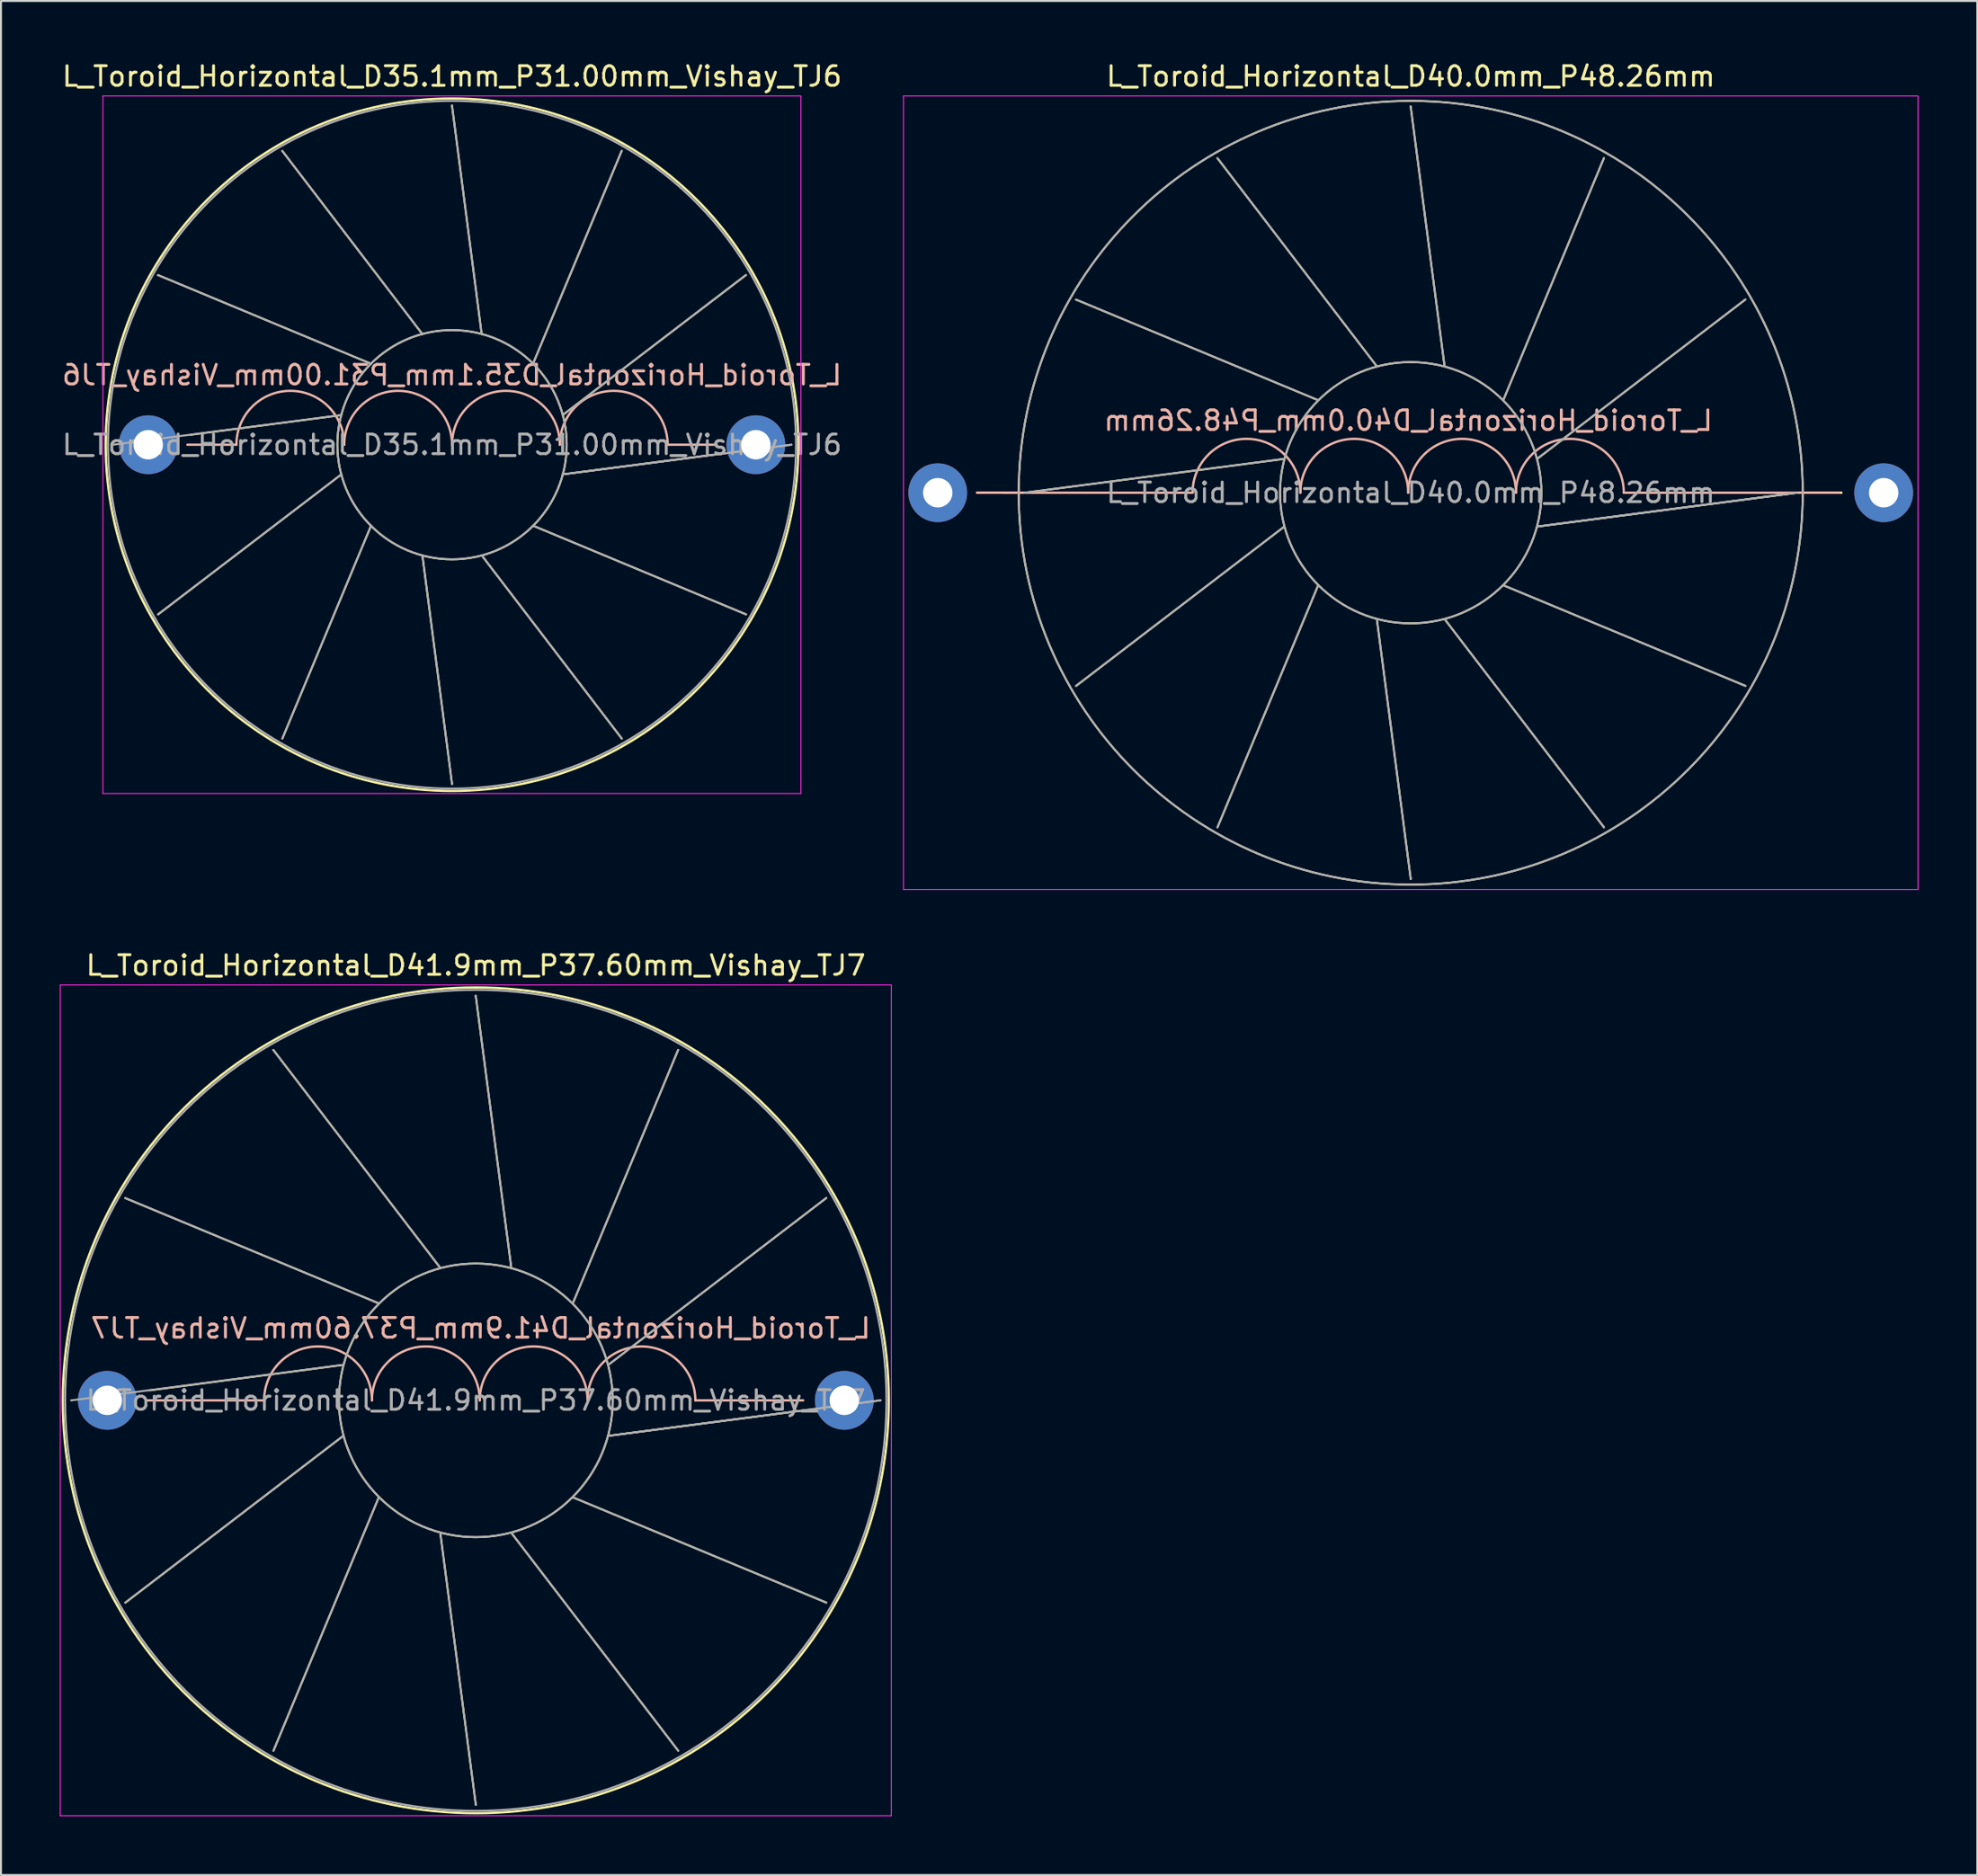
<source format=kicad_pcb>
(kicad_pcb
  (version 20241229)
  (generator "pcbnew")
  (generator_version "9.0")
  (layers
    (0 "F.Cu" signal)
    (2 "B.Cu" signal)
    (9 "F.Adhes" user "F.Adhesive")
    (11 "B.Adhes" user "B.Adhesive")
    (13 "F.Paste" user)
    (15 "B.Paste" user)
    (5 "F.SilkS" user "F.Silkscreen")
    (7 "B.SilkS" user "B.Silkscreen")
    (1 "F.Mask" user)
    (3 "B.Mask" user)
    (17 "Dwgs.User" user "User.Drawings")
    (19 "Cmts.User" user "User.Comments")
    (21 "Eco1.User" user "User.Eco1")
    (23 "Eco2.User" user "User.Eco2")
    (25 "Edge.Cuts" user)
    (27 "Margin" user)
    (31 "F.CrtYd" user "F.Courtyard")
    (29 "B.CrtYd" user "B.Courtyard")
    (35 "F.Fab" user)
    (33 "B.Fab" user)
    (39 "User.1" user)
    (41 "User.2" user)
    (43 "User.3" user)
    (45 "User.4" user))
  (footprint "L_Toroid_Horizontal_D41.9mm_P37.60mm_Vishay_TJ7"
    (layer "F.Cu")
    (at 2.425 68.421)
    (property "Reference" "L_Toroid_Horizontal_D41.9mm_P37.60mm_Vishay_TJ7" (at 18.8 -22.2 0) (layer "F.SilkS") (effects (font (size 1 1) (thickness 0.15))))
    (fp_line (start 0.917 -10.322) (end 13.849 -4.95) (stroke (width 0.1) (type solid)) (layer "F.SilkS"))
    (fp_line (start 0.919 10.326) (end 12.038 1.812) (stroke (width 0.1) (type solid)) (layer "F.SilkS"))
    (fp_line (start 2.159 -0.508) (end 12.038 -1.811) (stroke (width 0.1) (type solid)) (layer "F.SilkS"))
    (fp_line (start 8.473 -17.881) (end 16.987 -6.762) (stroke (width 0.1) (type solid)) (layer "F.SilkS"))
    (fp_line (start 8.477 17.883) (end 13.85 4.951) (stroke (width 0.1) (type solid)) (layer "F.SilkS"))
    (fp_line (start 18.797 -20.649) (end 20.611 -6.762) (stroke (width 0.1) (type solid)) (layer "F.SilkS"))
    (fp_line (start 18.801 20.649) (end 16.988 6.762) (stroke (width 0.1) (type solid)) (layer "F.SilkS"))
    (fp_line (start 29.122 -17.884) (end 23.749 -4.951) (stroke (width 0.1) (type solid)) (layer "F.SilkS"))
    (fp_line (start 29.125 17.882) (end 20.612 6.762) (stroke (width 0.1) (type solid)) (layer "F.SilkS"))
    (fp_line (start 35.56 0.508) (end 25.562 1.811) (stroke (width 0.1) (type solid)) (layer "F.SilkS"))
    (fp_line (start 36.68 -10.327) (end 25.562 -1.813) (stroke (width 0.1) (type solid)) (layer "F.SilkS"))
    (fp_line (start 36.682 10.324) (end 23.75 4.95) (stroke (width 0.1) (type solid)) (layer "F.SilkS"))
    (fp_circle (center 18.8 0) (end 25.783 0) (stroke (width 0.1) (type solid)) (fill no) (layer "F.SilkS"))
    (fp_circle (center 18.8 0) (end 39.87 0) (stroke (width 0.12) (type solid)) (fill no) (layer "F.SilkS"))
    (fp_line (start 8 0) (end 2 0) (stroke (width 0.12) (type solid)) (layer "B.SilkS"))
    (fp_line (start 30 0) (end 35.5 0) (stroke (width 0.12) (type solid)) (layer "B.SilkS"))
    (fp_arc (start 8 0) (mid 10.75 -2.75) (end 13.5 0) (stroke (width 0.12) (type solid)) (layer "B.SilkS"))
    (fp_arc (start 13.5 0) (mid 16.25 -2.75) (end 19 0) (stroke (width 0.12) (type solid)) (layer "B.SilkS"))
    (fp_arc (start 19 0) (mid 21.75 -2.75) (end 24.5 0) (stroke (width 0.12) (type solid)) (layer "B.SilkS"))
    (fp_arc (start 24.5 0) (mid 27.25 -2.75) (end 30 0) (stroke (width 0.12) (type solid)) (layer "B.SilkS"))
    (fp_line (start -2.4 -21.2) (end -2.4 21.2) (stroke (width 0.05) (type solid)) (layer "F.CrtYd"))
    (fp_line (start -2.4 21.2) (end 40 21.2) (stroke (width 0.05) (type solid)) (layer "F.CrtYd"))
    (fp_line (start 40 -21.2) (end -2.4 -21.2) (stroke (width 0.05) (type solid)) (layer "F.CrtYd"))
    (fp_line (start 40 21.2) (end 40 -21.2) (stroke (width 0.05) (type solid)) (layer "F.CrtYd"))
    (fp_line (start -1.849 0.002) (end 12.038 -1.811) (stroke (width 0.1) (type solid)) (layer "F.Fab"))
    (fp_line (start 0.917 -10.322) (end 13.849 -4.95) (stroke (width 0.1) (type solid)) (layer "F.Fab"))
    (fp_line (start 0.919 10.326) (end 12.038 1.812) (stroke (width 0.1) (type solid)) (layer "F.Fab"))
    (fp_line (start 8.473 -17.881) (end 16.987 -6.762) (stroke (width 0.1) (type solid)) (layer "F.Fab"))
    (fp_line (start 8.477 17.883) (end 13.85 4.951) (stroke (width 0.1) (type solid)) (layer "F.Fab"))
    (fp_line (start 18.797 -20.649) (end 20.611 -6.762) (stroke (width 0.1) (type solid)) (layer "F.Fab"))
    (fp_line (start 18.801 20.649) (end 16.988 6.762) (stroke (width 0.1) (type solid)) (layer "F.Fab"))
    (fp_line (start 29.122 -17.884) (end 23.749 -4.951) (stroke (width 0.1) (type solid)) (layer "F.Fab"))
    (fp_line (start 29.125 17.882) (end 20.612 6.762) (stroke (width 0.1) (type solid)) (layer "F.Fab"))
    (fp_line (start 36.68 -10.327) (end 25.562 -1.813) (stroke (width 0.1) (type solid)) (layer "F.Fab"))
    (fp_line (start 36.682 10.324) (end 23.75 4.95) (stroke (width 0.1) (type solid)) (layer "F.Fab"))
    (fp_line (start 39.449 -0.004) (end 25.562 1.811) (stroke (width 0.1) (type solid)) (layer "F.Fab"))
    (fp_line (start 39.449 0) (end 25.562 1.812) (stroke (width 0.1) (type solid)) (layer "F.Fab"))
    (fp_circle (center 18.8 0) (end 25.783 0) (stroke (width 0.1) (type solid)) (fill no) (layer "F.Fab"))
    (fp_circle (center 18.8 0) (end 39.75 0) (stroke (width 0.1) (type solid)) (fill no) (layer "F.Fab"))
    (fp_text user "${REFERENCE}" (at 19.05 -3.683 0) (layer "B.SilkS") (effects (font (size 1 1) (thickness 0.15)) (justify mirror)))
    (fp_text user "${REFERENCE}" (at 18.8 0 0) (layer "F.Fab") (effects (font (size 1 1) (thickness 0.15))))
    (pad "1" thru_hole circle (at 0 0) (size 3 3) (drill 1.5) (layers "*.Cu" "*.Mask"))
    (pad "2" thru_hole circle (at 37.6 0) (size 3 3) (drill 1.5) (layers "*.Cu" "*.Mask")))
  (footprint "L_Toroid_Horizontal_D40.0mm_P48.26mm"
    (layer "F.Cu")
    (at 44.793 22.098)
    (property "Reference" "L_Toroid_Horizontal_D40.0mm_P48.26mm" (at 24.13 -21.25 0) (layer "F.SilkS") (effects (font (size 1 1) (thickness 0.15))))
    (fp_line (start 4.412 0.002) (end 2.032 0) (stroke (width 0.12) (type solid)) (layer "F.SilkS"))
    (fp_line (start 4.412 0.002) (end 17.68 -1.728) (stroke (width 0.1) (type solid)) (layer "F.SilkS"))
    (fp_line (start 7.053 -9.857) (end 19.408 -4.721) (stroke (width 0.1) (type solid)) (layer "F.SilkS"))
    (fp_line (start 7.055 9.86) (end 17.68 1.729) (stroke (width 0.1) (type solid)) (layer "F.SilkS"))
    (fp_line (start 14.269 -17.075) (end 22.401 -6.45) (stroke (width 0.1) (type solid)) (layer "F.SilkS"))
    (fp_line (start 14.272 17.077) (end 19.409 4.722) (stroke (width 0.1) (type solid)) (layer "F.SilkS"))
    (fp_line (start 24.127 -19.718) (end 25.857 -6.45) (stroke (width 0.1) (type solid)) (layer "F.SilkS"))
    (fp_line (start 24.131 19.718) (end 22.402 6.45) (stroke (width 0.1) (type solid)) (layer "F.SilkS"))
    (fp_line (start 33.986 -17.077) (end 28.851 -4.723) (stroke (width 0.1) (type solid)) (layer "F.SilkS"))
    (fp_line (start 33.989 17.076) (end 25.859 6.45) (stroke (width 0.1) (type solid)) (layer "F.SilkS"))
    (fp_line (start 41.204 -9.862) (end 30.58 -1.729) (stroke (width 0.1) (type solid)) (layer "F.SilkS"))
    (fp_line (start 41.206 9.859) (end 28.852 4.722) (stroke (width 0.1) (type solid)) (layer "F.SilkS"))
    (fp_line (start 43.848 0) (end 30.58 1.728) (stroke (width 0.1) (type solid)) (layer "F.SilkS"))
    (fp_line (start 43.848 0) (end 46.101 0) (stroke (width 0.12) (type solid)) (layer "F.SilkS"))
    (fp_circle (center 24.13 0) (end 30.797 0) (stroke (width 0.1) (type solid)) (fill no) (layer "F.SilkS"))
    (fp_circle (center 24.13 0) (end 44.13 0) (stroke (width 0.1) (type solid)) (fill no) (layer "F.SilkS"))
    (fp_line (start 13 0) (end 2 0) (stroke (width 0.12) (type solid)) (layer "B.SilkS"))
    (fp_line (start 35 0) (end 46 0) (stroke (width 0.12) (type solid)) (layer "B.SilkS"))
    (fp_arc (start 13 0) (mid 15.75 -2.75) (end 18.5 0) (stroke (width 0.12) (type solid)) (layer "B.SilkS"))
    (fp_arc (start 18.5 0) (mid 21.25 -2.75) (end 24 0) (stroke (width 0.12) (type solid)) (layer "B.SilkS"))
    (fp_arc (start 24 0) (mid 26.75 -2.75) (end 29.5 0) (stroke (width 0.12) (type solid)) (layer "B.SilkS"))
    (fp_arc (start 29.5 0) (mid 32.25 -2.75) (end 35 0) (stroke (width 0.12) (type solid)) (layer "B.SilkS"))
    (fp_line (start -1.75 -20.25) (end -1.75 20.25) (stroke (width 0.05) (type solid)) (layer "F.CrtYd"))
    (fp_line (start -1.75 20.25) (end 50.01 20.25) (stroke (width 0.05) (type solid)) (layer "F.CrtYd"))
    (fp_line (start 50.01 -20.25) (end -1.75 -20.25) (stroke (width 0.05) (type solid)) (layer "F.CrtYd"))
    (fp_line (start 50.01 20.25) (end 50.01 -20.25) (stroke (width 0.05) (type solid)) (layer "F.CrtYd"))
    (fp_line (start 4.412 0.002) (end 17.68 -1.728) (stroke (width 0.1) (type solid)) (layer "F.Fab"))
    (fp_line (start 7.053 -9.857) (end 19.408 -4.721) (stroke (width 0.1) (type solid)) (layer "F.Fab"))
    (fp_line (start 7.055 9.86) (end 17.68 1.729) (stroke (width 0.1) (type solid)) (layer "F.Fab"))
    (fp_line (start 14.269 -17.075) (end 22.401 -6.45) (stroke (width 0.1) (type solid)) (layer "F.Fab"))
    (fp_line (start 14.272 17.077) (end 19.409 4.722) (stroke (width 0.1) (type solid)) (layer "F.Fab"))
    (fp_line (start 24.127 -19.718) (end 25.857 -6.45) (stroke (width 0.1) (type solid)) (layer "F.Fab"))
    (fp_line (start 24.131 19.718) (end 22.402 6.45) (stroke (width 0.1) (type solid)) (layer "F.Fab"))
    (fp_line (start 33.986 -17.077) (end 28.851 -4.723) (stroke (width 0.1) (type solid)) (layer "F.Fab"))
    (fp_line (start 33.989 17.076) (end 25.859 6.45) (stroke (width 0.1) (type solid)) (layer "F.Fab"))
    (fp_line (start 41.204 -9.862) (end 30.58 -1.729) (stroke (width 0.1) (type solid)) (layer "F.Fab"))
    (fp_line (start 41.206 9.859) (end 28.852 4.722) (stroke (width 0.1) (type solid)) (layer "F.Fab"))
    (fp_line (start 43.848 -0.004) (end 30.58 1.727) (stroke (width 0.1) (type solid)) (layer "F.Fab"))
    (fp_line (start 43.848 0) (end 30.58 1.728) (stroke (width 0.1) (type solid)) (layer "F.Fab"))
    (fp_circle (center 24.13 0) (end 30.797 0) (stroke (width 0.1) (type solid)) (fill no) (layer "F.Fab"))
    (fp_circle (center 24.13 0) (end 44.13 0) (stroke (width 0.1) (type solid)) (fill no) (layer "F.Fab"))
    (fp_text user "${REFERENCE}" (at 24.003 -3.683 0) (layer "B.SilkS") (effects (font (size 1 1) (thickness 0.15)) (justify mirror)))
    (fp_text user "${REFERENCE}" (at 24.13 0 0) (layer "F.Fab") (effects (font (size 1 1) (thickness 0.15))))
    (pad "1" thru_hole circle (at 0 0) (size 3 3) (drill 1.5) (layers "*.Cu" "*.Mask"))
    (pad "2" thru_hole circle (at 48.26 0) (size 3 3) (drill 1.5) (layers "*.Cu" "*.Mask")))
  (footprint "L_Toroid_Horizontal_D35.1mm_P31.00mm_Vishay_TJ6"
    (layer "F.Cu")
    (at 4.512 19.648)
    (property "Reference" "L_Toroid_Horizontal_D35.1mm_P31.00mm_Vishay_TJ6" (at 15.5 -18.8 0) (layer "F.SilkS") (effects (font (size 1 1) (thickness 0.15))))
    (fp_line (start 0.502 -8.657) (end 11.367 -4.132) (stroke (width 0.1) (type solid)) (layer "F.SilkS"))
    (fp_line (start 0.504 8.659) (end 9.855 1.513) (stroke (width 0.1) (type solid)) (layer "F.SilkS"))
    (fp_line (start 2.159 -0.508) (end 9.854 -1.512) (stroke (width 0.1) (type solid)) (layer "F.SilkS"))
    (fp_line (start 6.84 -14.996) (end 13.987 -5.645) (stroke (width 0.1) (type solid)) (layer "F.SilkS"))
    (fp_line (start 6.843 14.997) (end 11.368 4.133) (stroke (width 0.1) (type solid)) (layer "F.SilkS"))
    (fp_line (start 15.498 -17.317) (end 17.012 -5.646) (stroke (width 0.1) (type solid)) (layer "F.SilkS"))
    (fp_line (start 15.501 17.317) (end 13.988 5.646) (stroke (width 0.1) (type solid)) (layer "F.SilkS"))
    (fp_line (start 24.156 -14.998) (end 19.632 -4.133) (stroke (width 0.1) (type solid)) (layer "F.SilkS"))
    (fp_line (start 24.159 14.996) (end 17.013 5.645) (stroke (width 0.1) (type solid)) (layer "F.SilkS"))
    (fp_line (start 28.829 0.508) (end 21.145 1.513) (stroke (width 0.1) (type solid)) (layer "F.SilkS"))
    (fp_line (start 30.495 -8.661) (end 21.145 -1.514) (stroke (width 0.1) (type solid)) (layer "F.SilkS"))
    (fp_line (start 30.497 8.658) (end 19.633 4.133) (stroke (width 0.1) (type solid)) (layer "F.SilkS"))
    (fp_circle (center 15.5 0) (end 21.35 0) (stroke (width 0.1) (type solid)) (fill no) (layer "F.SilkS"))
    (fp_circle (center 15.5 0) (end 33.17 0) (stroke (width 0.12) (type solid)) (fill no) (layer "F.SilkS"))
    (fp_line (start 4.5 0) (end 2 0) (stroke (width 0.12) (type solid)) (layer "B.SilkS"))
    (fp_line (start 26.5 0) (end 29 0) (stroke (width 0.12) (type solid)) (layer "B.SilkS"))
    (fp_arc (start 4.5 0) (mid 7.25 -2.75) (end 10 0) (stroke (width 0.12) (type solid)) (layer "B.SilkS"))
    (fp_arc (start 10 0) (mid 12.75 -2.75) (end 15.5 0) (stroke (width 0.12) (type solid)) (layer "B.SilkS"))
    (fp_arc (start 15.5 0) (mid 18.25 -2.75) (end 21 0) (stroke (width 0.12) (type solid)) (layer "B.SilkS"))
    (fp_arc (start 21 0) (mid 23.75 -2.75) (end 26.5 0) (stroke (width 0.12) (type solid)) (layer "B.SilkS"))
    (fp_line (start -2.31 -17.8) (end -2.31 17.8) (stroke (width 0.05) (type solid)) (layer "F.CrtYd"))
    (fp_line (start -2.31 17.8) (end 33.3 17.8) (stroke (width 0.05) (type solid)) (layer "F.CrtYd"))
    (fp_line (start 33.3 -17.8) (end -2.31 -17.8) (stroke (width 0.05) (type solid)) (layer "F.CrtYd"))
    (fp_line (start 33.3 17.8) (end 33.3 -17.8) (stroke (width 0.05) (type solid)) (layer "F.CrtYd"))
    (fp_line (start -1.817 0.002) (end 9.854 -1.512) (stroke (width 0.1) (type solid)) (layer "F.Fab"))
    (fp_line (start 0.502 -8.657) (end 11.367 -4.132) (stroke (width 0.1) (type solid)) (layer "F.Fab"))
    (fp_line (start 0.504 8.659) (end 9.855 1.513) (stroke (width 0.1) (type solid)) (layer "F.Fab"))
    (fp_line (start 6.84 -14.996) (end 13.987 -5.645) (stroke (width 0.1) (type solid)) (layer "F.Fab"))
    (fp_line (start 6.843 14.997) (end 11.368 4.133) (stroke (width 0.1) (type solid)) (layer "F.Fab"))
    (fp_line (start 15.498 -17.317) (end 17.012 -5.646) (stroke (width 0.1) (type solid)) (layer "F.Fab"))
    (fp_line (start 15.501 17.317) (end 13.988 5.646) (stroke (width 0.1) (type solid)) (layer "F.Fab"))
    (fp_line (start 24.156 -14.998) (end 19.632 -4.133) (stroke (width 0.1) (type solid)) (layer "F.Fab"))
    (fp_line (start 24.159 14.996) (end 17.013 5.645) (stroke (width 0.1) (type solid)) (layer "F.Fab"))
    (fp_line (start 30.495 -8.661) (end 21.145 -1.514) (stroke (width 0.1) (type solid)) (layer "F.Fab"))
    (fp_line (start 30.497 8.658) (end 19.633 4.133) (stroke (width 0.1) (type solid)) (layer "F.Fab"))
    (fp_line (start 32.817 -0.003) (end 21.146 1.512) (stroke (width 0.1) (type solid)) (layer "F.Fab"))
    (fp_line (start 32.817 0) (end 21.145 1.513) (stroke (width 0.1) (type solid)) (layer "F.Fab"))
    (fp_circle (center 15.5 0) (end 21.35 0) (stroke (width 0.1) (type solid)) (fill no) (layer "F.Fab"))
    (fp_circle (center 15.5 0) (end 33.05 0) (stroke (width 0.1) (type solid)) (fill no) (layer "F.Fab"))
    (fp_text user "${REFERENCE}" (at 15.494 -3.556 0) (layer "B.SilkS") (effects (font (size 1 1) (thickness 0.15)) (justify mirror)))
    (fp_text user "${REFERENCE}" (at 15.5 0 0) (layer "F.Fab") (effects (font (size 1 1) (thickness 0.15))))
    (pad "1" thru_hole circle (at 0 0) (size 3 3) (drill 1.5) (layers "*.Cu" "*.Mask"))
    (pad "2" thru_hole circle (at 31 0) (size 3 3) (drill 1.5) (layers "*.Cu" "*.Mask")))
  (gr_rect
    (start -3 -3)
    (end 97.828 92.647)
    (stroke (width 0.1) (type default))
    (fill no)
    (layer "Edge.Cuts")))
</source>
